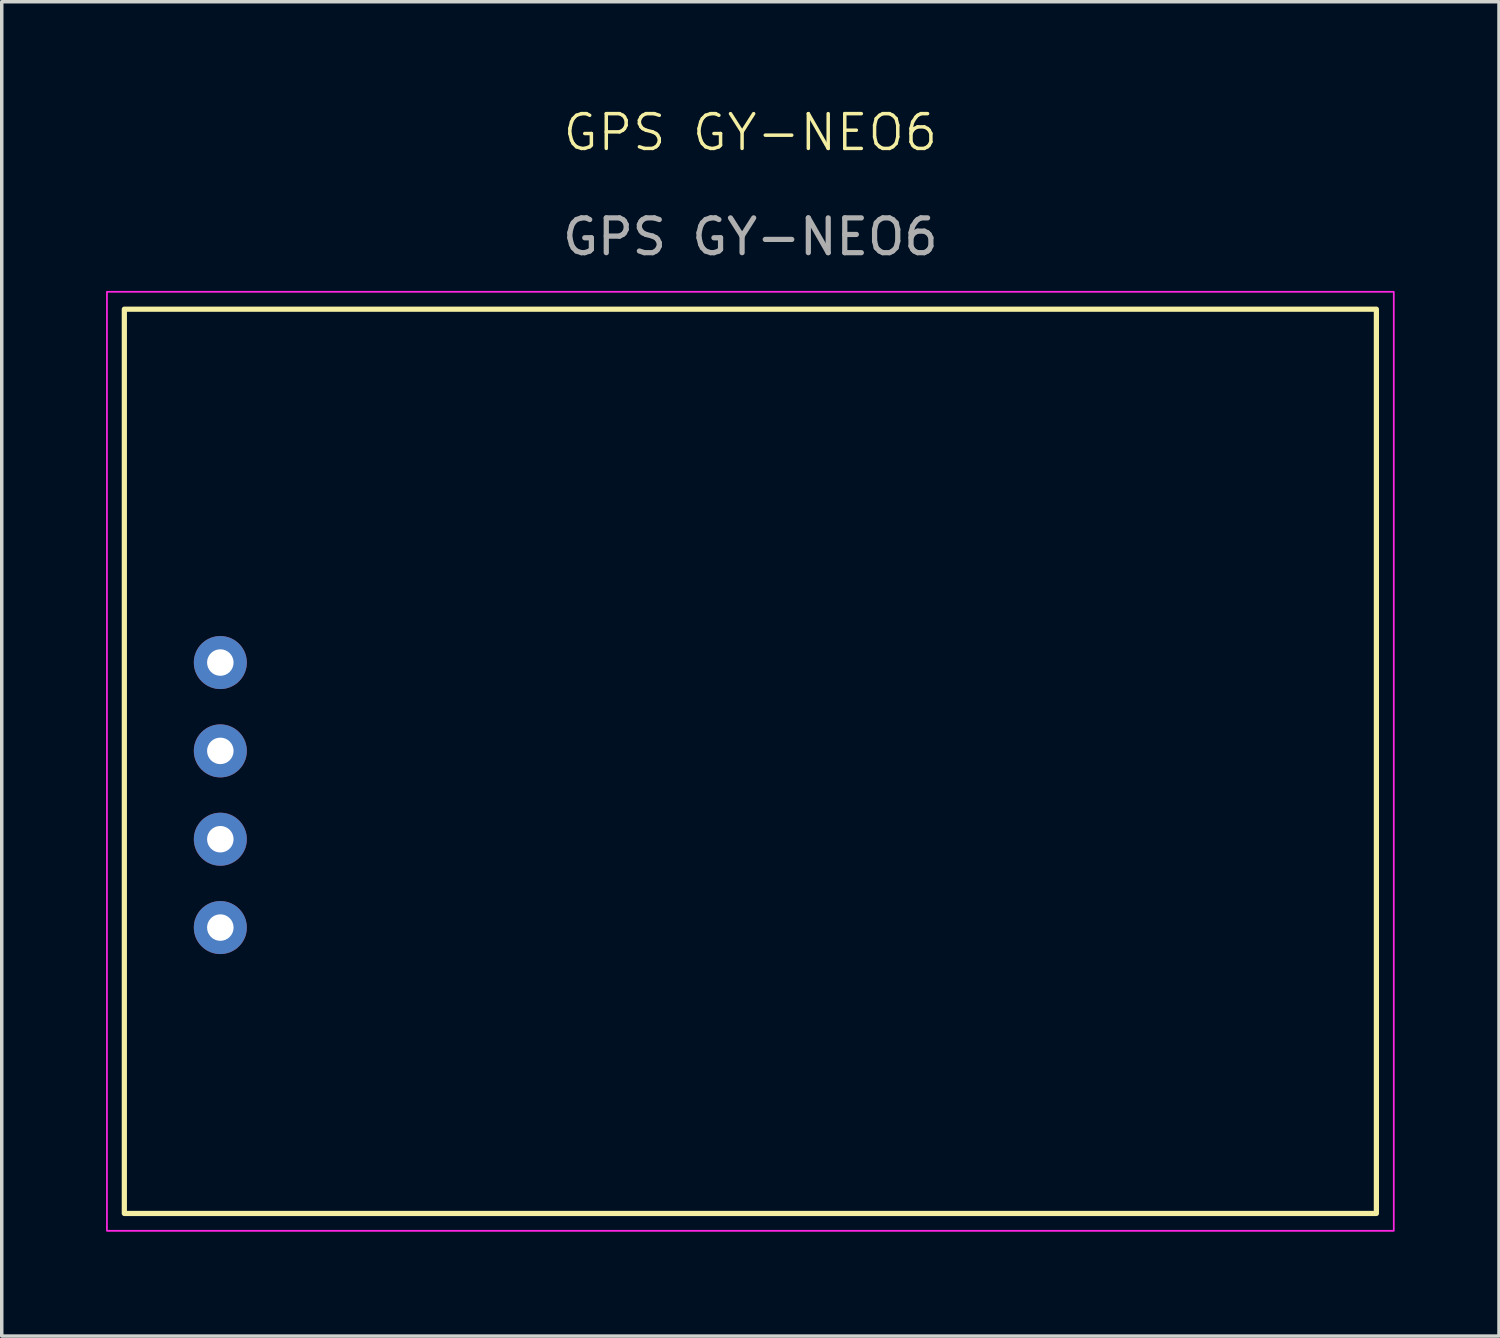
<source format=kicad_pcb>
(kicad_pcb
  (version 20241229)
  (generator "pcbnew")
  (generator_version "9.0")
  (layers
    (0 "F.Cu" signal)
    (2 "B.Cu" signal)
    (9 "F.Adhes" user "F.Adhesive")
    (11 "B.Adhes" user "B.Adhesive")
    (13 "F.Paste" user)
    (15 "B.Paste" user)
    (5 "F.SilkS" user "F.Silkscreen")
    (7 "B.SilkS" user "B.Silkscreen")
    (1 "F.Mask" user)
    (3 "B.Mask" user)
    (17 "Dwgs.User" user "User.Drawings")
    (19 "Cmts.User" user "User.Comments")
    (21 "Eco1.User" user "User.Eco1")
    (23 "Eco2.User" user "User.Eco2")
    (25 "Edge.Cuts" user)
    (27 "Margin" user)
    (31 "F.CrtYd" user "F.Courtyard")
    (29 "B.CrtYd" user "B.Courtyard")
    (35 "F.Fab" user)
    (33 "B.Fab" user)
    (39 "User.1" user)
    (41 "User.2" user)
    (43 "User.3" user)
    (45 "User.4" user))
  (footprint "GPS GY-NEO6"
    (layer "F.Cu")
    (at 18.525 5.84)
    (property "Reference" "GPS GY-NEO6" (at 0 -5.08 0) (unlocked yes) (layer "F.SilkS") (effects (font (size 1 1) (thickness 0.1))))
    (attr through_hole)
    (fp_rect (start -18 0) (end 18 26) (stroke (width 0.15) (type default)) (fill no) (layer "F.SilkS"))
    (fp_rect (start -18.5 -0.5) (end 18.5 26.5) (stroke (width 0.05) (type default)) (fill no) (layer "F.CrtYd"))
    (fp_text user "${REFERENCE}" (at 0 -2.08 0) (unlocked yes) (layer "F.Fab") (effects (font (size 1 1) (thickness 0.15))))
    (pad "1" thru_hole circle (at -15.24 10.16) (size 1.524 1.524) (drill 0.762) (layers "*.Cu" "*.Mask"))
    (pad "2" thru_hole circle (at -15.24 12.7) (size 1.524 1.524) (drill 0.762) (layers "*.Cu" "*.Mask"))
    (pad "3" thru_hole circle (at -15.24 15.24) (size 1.524 1.524) (drill 0.762) (layers "*.Cu" "*.Mask"))
    (pad "4" thru_hole circle (at -15.24 17.78) (size 1.524 1.524) (drill 0.762) (layers "*.Cu" "*.Mask")))
  (gr_rect
    (start -3 -3)
    (end 40.05 35.365)
    (stroke (width 0.1) (type default))
    (fill no)
    (layer "Edge.Cuts")))
</source>
